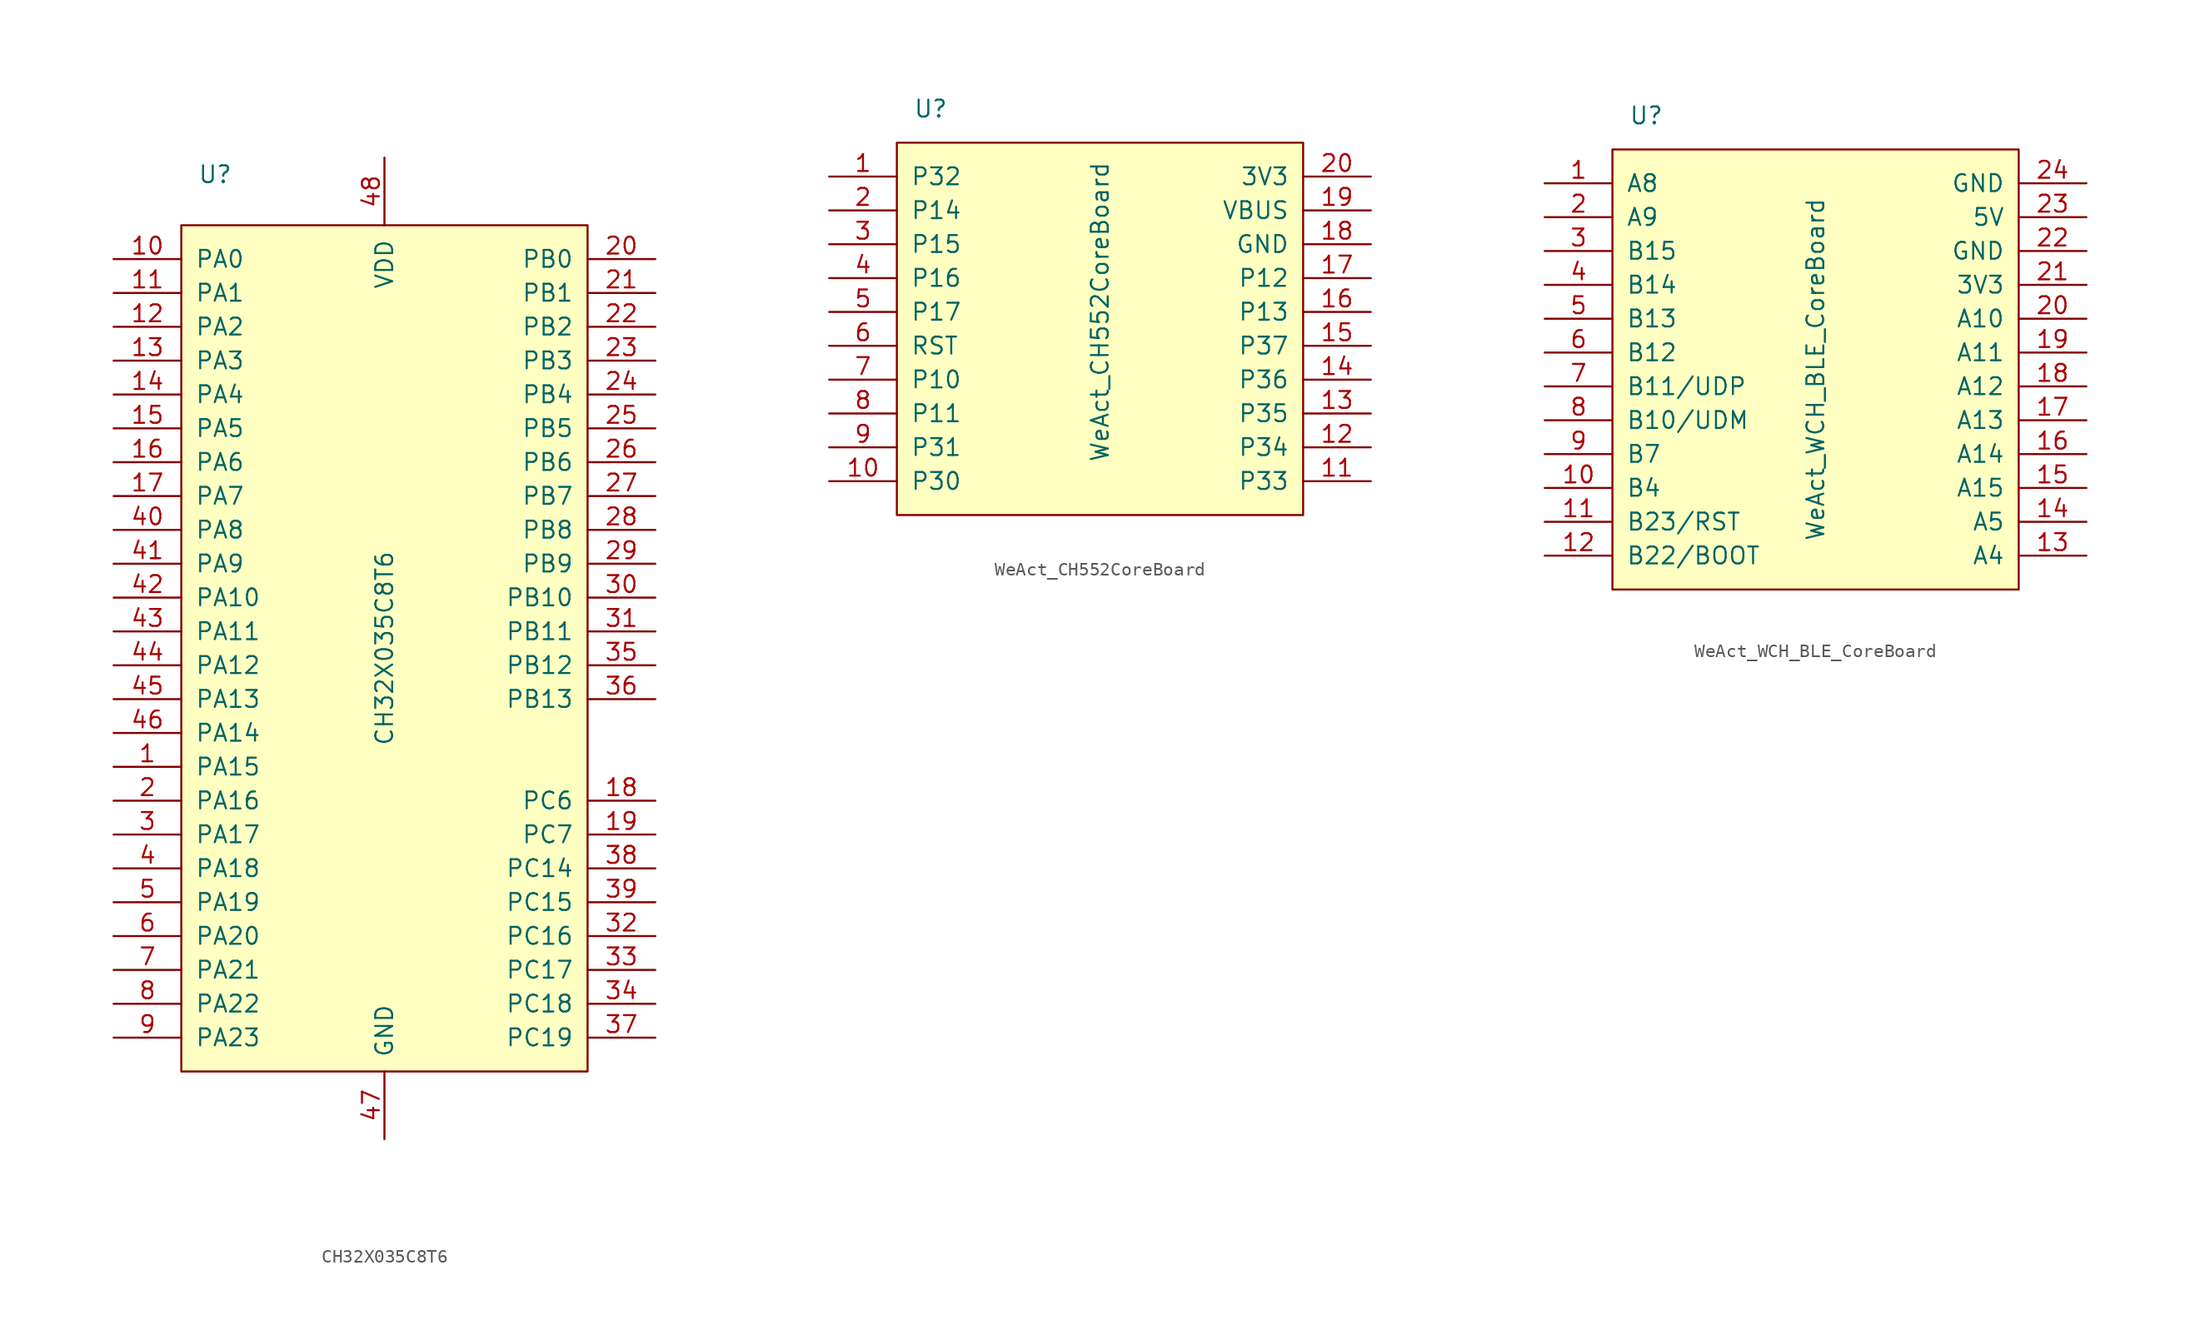
<source format=kicad_sym>
(kicad_symbol_lib
  (version 20241209)
  (generator "kicad_symbol_editor")
  (generator_version "9.0")
  (symbol "CH32X035C8T6"
    (pin_names
      (offset 1.016))
    (property "Reference" "U"
      (at -12.7 35.56 0)
      (effects (font (size 1.27 1.27))))
    (property "Value" "CH32X035C8T6"
      (at 0 0 90)
      (effects (font (size 1.27 1.27))))
    (symbol "CH32X035C8T6_0_1"
      (rectangle (start -15.24 31.75) (end 15.24 -31.75) (stroke (width 0) (type solid)) (fill (type background))))
    (symbol "CH32X035C8T6_1_1"
      (pin bidirectional line (at -20.32 29.21 0) (length 5.08) (name "PA0" (effects (font (size 1.27 1.27)))) (number "10" (effects (font (size 1.27 1.27)))) (alternate "A0" bidirectional line) (alternate "C1P1" bidirectional line) (alternate "CTS2" bidirectional line) (alternate "T2C1" bidirectional line))
      (pin bidirectional line (at -20.32 26.67 0) (length 5.08) (name "PA1" (effects (font (size 1.27 1.27)))) (number "11" (effects (font (size 1.27 1.27)))) (alternate " CTS2_" bidirectional line) (alternate "A1" bidirectional line) (alternate "C1O" bidirectional line) (alternate "O1N2" bidirectional line) (alternate "O2N2" bidirectional line) (alternate "RTS2" bidirectional line) (alternate "T2C2" bidirectional line))
      (pin bidirectional line (at -20.32 24.13 0) (length 5.08) (name "PA2" (effects (font (size 1.27 1.27)))) (number "12" (effects (font (size 1.27 1.27)))) (alternate "A2" bidirectional line) (alternate "C3N0" bidirectional line) (alternate "O2O1" bidirectional line) (alternate "RTS2_" bidirectional line) (alternate "T2C3" bidirectional line) (alternate "T2ET_" bidirectional line) (alternate "TX2" bidirectional line))
      (pin bidirectional line (at -20.32 21.59 0) (length 5.08) (name "PA3" (effects (font (size 1.27 1.27)))) (number "13" (effects (font (size 1.27 1.27)))) (alternate "A3" bidirectional line) (alternate "CTS3_" bidirectional line) (alternate "O1O0" bidirectional line) (alternate "RX2" bidirectional line) (alternate "T2C4" bidirectional line) (alternate "T3C1_" bidirectional line))
      (pin bidirectional line (at -20.32 19.05 0) (length 5.08) (name "PA4" (effects (font (size 1.27 1.27)))) (number "14" (effects (font (size 1.27 1.27)))) (alternate "A4" power_out line) (alternate "CS" power_out line) (alternate "O2O0" power_out line) (alternate "RTS3_" bidirectional line) (alternate "T3C2_" power_out line))
      (pin bidirectional line (at -20.32 16.51 0) (length 5.08) (name "PA5" (effects (font (size 1.27 1.27)))) (number "15" (effects (font (size 1.27 1.27)))) (alternate "A5" power_out line) (alternate "CTS4_" bidirectional line) (alternate "O2N0" power_out line) (alternate "SCK" power_out line) (alternate "TX4_" power_out line))
      (pin bidirectional line (at -20.32 13.97 0) (length 5.08) (name "PA6" (effects (font (size 1.27 1.27)))) (number "16" (effects (font (size 1.27 1.27)))) (alternate "A6" bidirectional line) (alternate "MISO" bidirectional line) (alternate "O1N0" bidirectional line) (alternate "RTS4_" bidirectional line) (alternate "T1BK_" bidirectional line) (alternate "T3C1" bidirectional line))
      (pin input line (at -20.32 11.43 0) (length 5.08) (name "PA7" (effects (font (size 1.27 1.27)))) (number "17" (effects (font (size 1.27 1.27)))) (alternate "A7" input line) (alternate "CTS4_" input line) (alternate "MOSI" bidirectional line) (alternate "O2P0" bidirectional line) (alternate "T1C1N_" bidirectional line) (alternate "T3C2" bidirectional line) (alternate "TX1_" input line))
      (pin bidirectional line (at -20.32 8.89 0) (length 5.08) (name "PA8" (effects (font (size 1.27 1.27)))) (number "40" (effects (font (size 1.27 1.27)))) (alternate "RTS1_" bidirectional line) (alternate "RTS4" bidirectional line))
      (pin bidirectional line (at -20.32 6.35 0) (length 5.08) (name "PA9" (effects (font (size 1.27 1.27)))) (number "41" (effects (font (size 1.27 1.27)))) (alternate "CTS1_" bidirectional line) (alternate "MISO_" bidirectional line) (alternate "RX4_" bidirectional line) (alternate "T2BK_" bidirectional line))
      (pin bidirectional line (at -20.32 3.81 0) (length 5.08) (name "PA10" (effects (font (size 1.27 1.27)))) (number "42" (effects (font (size 1.27 1.27)))) (alternate "MOSI_" bidirectional line) (alternate "RX4_" bidirectional line) (alternate "SCL" bidirectional line) (alternate "TX1_" bidirectional line))
      (pin bidirectional line (at -20.32 1.27 0) (length 5.08) (name "PA11" (effects (font (size 1.27 1.27)))) (number "43" (effects (font (size 1.27 1.27)))) (alternate "C2P1" bidirectional line) (alternate "RX1_" bidirectional line) (alternate "SCK_" bidirectional line) (alternate "SDA" bidirectional line))
      (pin bidirectional line (at -20.32 -1.27 0) (length 5.08) (name "PA12" (effects (font (size 1.27 1.27)))) (number "44" (effects (font (size 1.27 1.27)))) (alternate "C2P0" bidirectional line) (alternate "CS_" bidirectional line) (alternate "T2C1N_" bidirectional line) (alternate "T2C2_" bidirectional line))
      (pin bidirectional line (at -20.32 -3.81 0) (length 5.08) (name "PA13" (effects (font (size 1.27 1.27)))) (number "45" (effects (font (size 1.27 1.27)))) (alternate "C3P0" bidirectional line) (alternate "CTS1_" bidirectional line) (alternate "RTS4_" bidirectional line) (alternate "SCL_" bidirectional line) (alternate "T2C2N_" bidirectional line) (alternate "T2C3_" bidirectional line))
      (pin bidirectional line (at -20.32 -6.35 0) (length 5.08) (name "PA14" (effects (font (size 1.27 1.27)))) (number "46" (effects (font (size 1.27 1.27)))) (alternate "C3P1" bidirectional line) (alternate "CTS4_" bidirectional line) (alternate "RTS1_" bidirectional line) (alternate "SDA_" bidirectional line) (alternate "T2C3N_" bidirectional line))
      (pin bidirectional line (at -20.32 -8.89 0) (length 5.08) (name "PA15" (effects (font (size 1.27 1.27)))) (number "1" (effects (font (size 1.27 1.27)))) (alternate "TX2_" bidirectional line))
      (pin bidirectional line (at -20.32 -11.43 0) (length 5.08) (name "PA16" (effects (font (size 1.27 1.27)))) (number "2" (effects (font (size 1.27 1.27)))) (alternate "RX2_" bidirectional line))
      (pin bidirectional line (at -20.32 -13.97 0) (length 5.08) (name "PA17" (effects (font (size 1.27 1.27)))) (number "3" (effects (font (size 1.27 1.27)))) (alternate "CTS2_" bidirectional line))
      (pin bidirectional line (at -20.32 -16.51 0) (length 5.08) (name "PA18" (effects (font (size 1.27 1.27)))) (number "4" (effects (font (size 1.27 1.27)))) (alternate " T2ET_" bidirectional line) (alternate "TX3_" bidirectional line))
      (pin bidirectional line (at -20.32 -19.05 0) (length 5.08) (name "PA19" (effects (font (size 1.27 1.27)))) (number "5" (effects (font (size 1.27 1.27)))) (alternate "RX2_" bidirectional line) (alternate "T2ET" bidirectional line))
      (pin bidirectional line (at -20.32 -21.59 0) (length 5.08) (name "PA20" (effects (font (size 1.27 1.27)))) (number "6" (effects (font (size 1.27 1.27)))) (alternate "T2BK" bidirectional line) (alternate "TX2_" bidirectional line))
      (pin bidirectional line (at -20.32 -24.13 0) (length 5.08) (name "PA21" (effects (font (size 1.27 1.27)))) (number "7" (effects (font (size 1.27 1.27)))) (alternate "RST" bidirectional line) (alternate "RTS2_" bidirectional line) (alternate "T2C1N" bidirectional line))
      (pin bidirectional line (at -20.32 -26.67 0) (length 5.08) (name "PA22" (effects (font (size 1.27 1.27)))) (number "8" (effects (font (size 1.27 1.27)))) (alternate "C2N0" bidirectional line) (alternate "T2C2N" bidirectional line))
      (pin bidirectional line (at -20.32 -29.21 0) (length 5.08) (name "PA23" (effects (font (size 1.27 1.27)))) (number "9" (effects (font (size 1.27 1.27)))) (alternate "C1N1" bidirectional line) (alternate "T2C3N" bidirectional line))
      (pin power_in line (at 0 36.83 270) (length 5.08) (name "VDD" (effects (font (size 1.27 1.27)))) (number "48" (effects (font (size 1.27 1.27)))))
      (pin power_in line (at 0 -36.83 90) (length 5.08) (name "GND" (effects (font (size 1.27 1.27)))) (number "47" (effects (font (size 1.27 1.27)))))
      (pin input line (at 20.32 29.21 180) (length 5.08) (name "PB0" (effects (font (size 1.27 1.27)))) (number "20" (effects (font (size 1.27 1.27)))) (alternate "A8" bidirectional line) (alternate "O1P0" bidirectional line) (alternate "T1C2N_" bidirectional line) (alternate "TX4" bidirectional line))
      (pin bidirectional line (at 20.32 26.67 180) (length 5.08) (name "PB1" (effects (font (size 1.27 1.27)))) (number "21" (effects (font (size 1.27 1.27)))) (alternate "A9" bidirectional line) (alternate "O2N1" bidirectional line) (alternate "RX4" bidirectional line) (alternate "T1C3N_" bidirectional line))
      (pin bidirectional line (at 20.32 24.13 180) (length 5.08) (name "PB2" (effects (font (size 1.27 1.27)))) (number "22" (effects (font (size 1.27 1.27)))) (alternate "C2O" input line) (alternate "RX1_" input line))
      (pin bidirectional line (at 20.32 21.59 180) (length 5.08) (name "PB3" (effects (font (size 1.27 1.27)))) (number "23" (effects (font (size 1.27 1.27)))) (alternate "C3O" input line) (alternate "O2P1" input line) (alternate "T2C3N_" input line) (alternate "T2C3_" input line) (alternate "TX3" input line))
      (pin bidirectional line (at 20.32 19.05 180) (length 5.08) (name "PB4" (effects (font (size 1.27 1.27)))) (number "24" (effects (font (size 1.27 1.27)))) (alternate "O1P2" input line) (alternate "RX3" input line) (alternate "T2BK_" input line) (alternate "T2C4_" input line) (alternate "T3C1_" input line))
      (pin bidirectional line (at 20.32 16.51 180) (length 5.08) (name "PB5" (effects (font (size 1.27 1.27)))) (number "25" (effects (font (size 1.27 1.27)))) (alternate "O1O1" input line) (alternate "T1BK" input line) (alternate "T3C2_" input line))
      (pin bidirectional line (at 20.32 13.97 180) (length 5.08) (name "PB6" (effects (font (size 1.27 1.27)))) (number "26" (effects (font (size 1.27 1.27)))) (alternate "CTS3" input line) (alternate "O1N1" input line) (alternate "T1C1N" input line))
      (pin bidirectional line (at 20.32 11.43 180) (length 5.08) (name "PB7" (effects (font (size 1.27 1.27)))) (number "27" (effects (font (size 1.27 1.27)))) (alternate "O2P2" bidirectional line) (alternate "RTS3_" bidirectional line) (alternate "T1C2N" bidirectional line))
      (pin bidirectional line (at 20.32 8.89 180) (length 5.08) (name "PB8" (effects (font (size 1.27 1.27)))) (number "28" (effects (font (size 1.27 1.27)))) (alternate "O1P1" bidirectional line) (alternate "T1C3N" bidirectional line))
      (pin bidirectional line (at 20.32 6.35 180) (length 5.08) (name "PB9" (effects (font (size 1.27 1.27)))) (number "29" (effects (font (size 1.27 1.27)))) (alternate "MCO" bidirectional line) (alternate "T1C1" bidirectional line) (alternate "TX4_" bidirectional line))
      (pin bidirectional line (at 20.32 3.81 180) (length 5.08) (name "PB10" (effects (font (size 1.27 1.27)))) (number "30" (effects (font (size 1.27 1.27)))) (alternate "T1C2" bidirectional line) (alternate "TX1" bidirectional line))
      (pin bidirectional line (at 20.32 1.27 180) (length 5.08) (name "PB11" (effects (font (size 1.27 1.27)))) (number "31" (effects (font (size 1.27 1.27)))) (alternate "RX1" bidirectional line) (alternate "T1C3" bidirectional line) (alternate "T2C1N_" bidirectional line))
      (pin bidirectional line (at 20.32 -1.27 180) (length 5.08) (name "PB12" (effects (font (size 1.27 1.27)))) (number "35" (effects (font (size 1.27 1.27)))) (alternate "T1C4_" bidirectional line) (alternate "T2C2N_" bidirectional line))
      (pin bidirectional line (at 20.32 -3.81 180) (length 5.08) (name "PB13" (effects (font (size 1.27 1.27)))) (number "36" (effects (font (size 1.27 1.27)))) (alternate "TX4_" bidirectional line))
      (pin bidirectional line (at 20.32 -11.43 180) (length 5.08) (name "PC6" (effects (font (size 1.27 1.27)))) (number "18" (effects (font (size 1.27 1.27)))) (alternate "T1C2N_" bidirectional line))
      (pin bidirectional line (at 20.32 -13.97 180) (length 5.08) (name "PC7" (effects (font (size 1.27 1.27)))) (number "19" (effects (font (size 1.27 1.27)))) (alternate "T1C3N_" bidirectional line))
      (pin bidirectional line (at 20.32 -16.51 180) (length 5.08) (name "PC14" (effects (font (size 1.27 1.27)))) (number "38" (effects (font (size 1.27 1.27)))) (alternate "CC1" bidirectional line) (alternate "T1C3_" bidirectional line) (alternate "T2C2_" bidirectional line))
      (pin bidirectional line (at 20.32 -19.05 180) (length 5.08) (name "PC15" (effects (font (size 1.27 1.27)))) (number "39" (effects (font (size 1.27 1.27)))) (alternate "CC2" bidirectional line) (alternate "T1ET_" bidirectional line) (alternate "T2C3_" bidirectional line))
      (pin input line (at 20.32 -21.59 180) (length 5.08) (name "PC16" (effects (font (size 1.27 1.27)))) (number "32" (effects (font (size 1.27 1.27)))) (alternate "CTS1" input line) (alternate "I2C_" input line) (alternate "PC11" input line) (alternate "RX4_" input line) (alternate "T1C4" input line) (alternate "TX4_" input line) (alternate "UDM" input line))
      (pin input line (at 20.32 -24.13 180) (length 5.08) (name "PC17" (effects (font (size 1.27 1.27)))) (number "33" (effects (font (size 1.27 1.27)))) (alternate "I2C_" input line) (alternate "PC10" input line) (alternate "RTS1" input line) (alternate "RX4_" input line) (alternate "T1ET" input line) (alternate "TX4_" input line) (alternate "UDP" input line))
      (pin bidirectional line (at 20.32 -26.67 180) (length 5.08) (name "PC18" (effects (font (size 1.27 1.27)))) (number "34" (effects (font (size 1.27 1.27)))) (alternate "DIO" bidirectional line) (alternate "I2C_" bidirectional line) (alternate "T1ET_" bidirectional line) (alternate "T2C1N_" bidirectional line) (alternate "T3C2_" bidirectional line) (alternate "TX3_" bidirectional line))
      (pin bidirectional line (at 20.32 -29.21 180) (length 5.08) (name "PC19" (effects (font (size 1.27 1.27)))) (number "37" (effects (font (size 1.27 1.27)))) (alternate "C1P0" power_out line) (alternate "DCK" power_out line) (alternate "I2C_" power_out line) (alternate "RX3_" power_out line) (alternate "RX4_" bidirectional line) (alternate "T2C1_" power_out line) (alternate "T3C1_" power_out line))))
  (symbol "WeAct_CH552CoreBoard"
    (pin_names
      (offset 1.016))
    (property "Reference" "U"
      (at -12.7 27.94 0)
      (effects (font (size 1.27 1.27))))
    (property "Value" "WeAct_CH552CoreBoard"
      (at 0 12.7 90)
      (effects (font (size 1.27 1.27))))
    (symbol "WeAct_CH552CoreBoard_0_1"
      (rectangle (start -15.24 25.4) (end 15.24 -2.54) (stroke (width 0) (type solid)) (fill (type background))))
    (symbol "WeAct_CH552CoreBoard_1_1"
      (pin bidirectional line (at -20.32 22.86 0) (length 5.08) (name "P32" (effects (font (size 1.27 1.27)))) (number "1" (effects (font (size 1.27 1.27)))))
      (pin bidirectional line (at -20.32 20.32 0) (length 5.08) (name "P14" (effects (font (size 1.27 1.27)))) (number "2" (effects (font (size 1.27 1.27)))))
      (pin bidirectional line (at -20.32 17.78 0) (length 5.08) (name "P15" (effects (font (size 1.27 1.27)))) (number "3" (effects (font (size 1.27 1.27)))))
      (pin bidirectional line (at -20.32 15.24 0) (length 5.08) (name "P16" (effects (font (size 1.27 1.27)))) (number "4" (effects (font (size 1.27 1.27)))))
      (pin bidirectional line (at -20.32 12.7 0) (length 5.08) (name "P17" (effects (font (size 1.27 1.27)))) (number "5" (effects (font (size 1.27 1.27)))))
      (pin bidirectional line (at -20.32 10.16 0) (length 5.08) (name "RST" (effects (font (size 1.27 1.27)))) (number "6" (effects (font (size 1.27 1.27)))))
      (pin bidirectional line (at -20.32 7.62 0) (length 5.08) (name "P10" (effects (font (size 1.27 1.27)))) (number "7" (effects (font (size 1.27 1.27)))))
      (pin bidirectional line (at -20.32 5.08 0) (length 5.08) (name "P11" (effects (font (size 1.27 1.27)))) (number "8" (effects (font (size 1.27 1.27)))))
      (pin bidirectional line (at -20.32 2.54 0) (length 5.08) (name "P31" (effects (font (size 1.27 1.27)))) (number "9" (effects (font (size 1.27 1.27)))))
      (pin bidirectional line (at -20.32 0 0) (length 5.08) (name "P30" (effects (font (size 1.27 1.27)))) (number "10" (effects (font (size 1.27 1.27)))))
      (pin power_out line (at 20.32 22.86 180) (length 5.08) (name "3V3" (effects (font (size 1.27 1.27)))) (number "20" (effects (font (size 1.27 1.27)))))
      (pin power_out line (at 20.32 20.32 180) (length 5.08) (name "VBUS" (effects (font (size 1.27 1.27)))) (number "19" (effects (font (size 1.27 1.27)))))
      (pin power_out line (at 20.32 17.78 180) (length 5.08) (name "GND" (effects (font (size 1.27 1.27)))) (number "18" (effects (font (size 1.27 1.27)))))
      (pin bidirectional line (at 20.32 15.24 180) (length 5.08) (name "P12" (effects (font (size 1.27 1.27)))) (number "17" (effects (font (size 1.27 1.27)))))
      (pin bidirectional line (at 20.32 12.7 180) (length 5.08) (name "P13" (effects (font (size 1.27 1.27)))) (number "16" (effects (font (size 1.27 1.27)))))
      (pin bidirectional line (at 20.32 10.16 180) (length 5.08) (name "P37" (effects (font (size 1.27 1.27)))) (number "15" (effects (font (size 1.27 1.27)))))
      (pin bidirectional line (at 20.32 7.62 180) (length 5.08) (name "P36" (effects (font (size 1.27 1.27)))) (number "14" (effects (font (size 1.27 1.27)))))
      (pin bidirectional line (at 20.32 5.08 180) (length 5.08) (name "P35" (effects (font (size 1.27 1.27)))) (number "13" (effects (font (size 1.27 1.27)))))
      (pin bidirectional line (at 20.32 2.54 180) (length 5.08) (name "P34" (effects (font (size 1.27 1.27)))) (number "12" (effects (font (size 1.27 1.27)))))
      (pin bidirectional line (at 20.32 0 180) (length 5.08) (name "P33" (effects (font (size 1.27 1.27)))) (number "11" (effects (font (size 1.27 1.27)))))))
  (symbol "WeAct_WCH_BLE_CoreBoard"
    (pin_names
      (offset 1.016))
    (property "Reference" "U"
      (at -12.7 27.94 0)
      (effects (font (size 1.27 1.27))))
    (property "Value" "WeAct_WCH_BLE_CoreBoard"
      (at 0 8.89 90)
      (effects (font (size 1.27 1.27))))
    (symbol "WeAct_WCH_BLE_CoreBoard_0_1"
      (rectangle (start -15.24 25.4) (end 15.24 -7.62) (stroke (width 0) (type solid)) (fill (type background))))
    (symbol "WeAct_WCH_BLE_CoreBoard_1_1"
      (pin bidirectional line (at -20.32 22.86 0) (length 5.08) (name "A8" (effects (font (size 1.27 1.27)))) (number "1" (effects (font (size 1.27 1.27)))))
      (pin bidirectional line (at -20.32 20.32 0) (length 5.08) (name "A9" (effects (font (size 1.27 1.27)))) (number "2" (effects (font (size 1.27 1.27)))))
      (pin bidirectional line (at -20.32 17.78 0) (length 5.08) (name "B15" (effects (font (size 1.27 1.27)))) (number "3" (effects (font (size 1.27 1.27)))))
      (pin bidirectional line (at -20.32 15.24 0) (length 5.08) (name "B14" (effects (font (size 1.27 1.27)))) (number "4" (effects (font (size 1.27 1.27)))))
      (pin bidirectional line (at -20.32 12.7 0) (length 5.08) (name "B13" (effects (font (size 1.27 1.27)))) (number "5" (effects (font (size 1.27 1.27)))))
      (pin bidirectional line (at -20.32 10.16 0) (length 5.08) (name "B12" (effects (font (size 1.27 1.27)))) (number "6" (effects (font (size 1.27 1.27)))))
      (pin bidirectional line (at -20.32 7.62 0) (length 5.08) (name "B11/UDP" (effects (font (size 1.27 1.27)))) (number "7" (effects (font (size 1.27 1.27)))))
      (pin bidirectional line (at -20.32 5.08 0) (length 5.08) (name "B10/UDM" (effects (font (size 1.27 1.27)))) (number "8" (effects (font (size 1.27 1.27)))))
      (pin bidirectional line (at -20.32 2.54 0) (length 5.08) (name "B7" (effects (font (size 1.27 1.27)))) (number "9" (effects (font (size 1.27 1.27)))))
      (pin bidirectional line (at -20.32 0 0) (length 5.08) (name "B4" (effects (font (size 1.27 1.27)))) (number "10" (effects (font (size 1.27 1.27)))))
      (pin bidirectional line (at -20.32 -2.54 0) (length 5.08) (name "B23/RST" (effects (font (size 1.27 1.27)))) (number "11" (effects (font (size 1.27 1.27)))))
      (pin bidirectional line (at -20.32 -5.08 0) (length 5.08) (name "B22/BOOT" (effects (font (size 1.27 1.27)))) (number "12" (effects (font (size 1.27 1.27)))))
      (pin power_out line (at 20.32 22.86 180) (length 5.08) (name "GND" (effects (font (size 1.27 1.27)))) (number "24" (effects (font (size 1.27 1.27)))))
      (pin power_out line (at 20.32 20.32 180) (length 5.08) (name "5V" (effects (font (size 1.27 1.27)))) (number "23" (effects (font (size 1.27 1.27)))))
      (pin power_out line (at 20.32 17.78 180) (length 5.08) (name "GND" (effects (font (size 1.27 1.27)))) (number "22" (effects (font (size 1.27 1.27)))))
      (pin power_out line (at 20.32 15.24 180) (length 5.08) (name "3V3" (effects (font (size 1.27 1.27)))) (number "21" (effects (font (size 1.27 1.27)))))
      (pin bidirectional line (at 20.32 12.7 180) (length 5.08) (name "A10" (effects (font (size 1.27 1.27)))) (number "20" (effects (font (size 1.27 1.27)))))
      (pin bidirectional line (at 20.32 10.16 180) (length 5.08) (name "A11" (effects (font (size 1.27 1.27)))) (number "19" (effects (font (size 1.27 1.27)))))
      (pin bidirectional line (at 20.32 7.62 180) (length 5.08) (name "A12" (effects (font (size 1.27 1.27)))) (number "18" (effects (font (size 1.27 1.27)))))
      (pin bidirectional line (at 20.32 5.08 180) (length 5.08) (name "A13" (effects (font (size 1.27 1.27)))) (number "17" (effects (font (size 1.27 1.27)))))
      (pin bidirectional line (at 20.32 2.54 180) (length 5.08) (name "A14" (effects (font (size 1.27 1.27)))) (number "16" (effects (font (size 1.27 1.27)))))
      (pin bidirectional line (at 20.32 0 180) (length 5.08) (name "A15" (effects (font (size 1.27 1.27)))) (number "15" (effects (font (size 1.27 1.27)))))
      (pin bidirectional line (at 20.32 -2.54 180) (length 5.08) (name "A5" (effects (font (size 1.27 1.27)))) (number "14" (effects (font (size 1.27 1.27)))))
      (pin bidirectional line (at 20.32 -5.08 180) (length 5.08) (name "A4" (effects (font (size 1.27 1.27)))) (number "13" (effects (font (size 1.27 1.27))))))))
</source>
